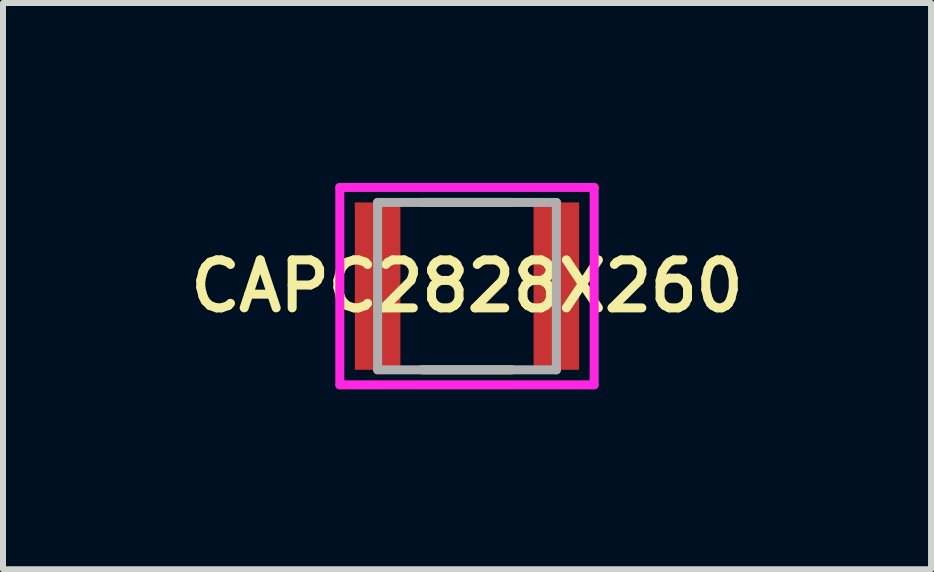
<source format=kicad_pcb>
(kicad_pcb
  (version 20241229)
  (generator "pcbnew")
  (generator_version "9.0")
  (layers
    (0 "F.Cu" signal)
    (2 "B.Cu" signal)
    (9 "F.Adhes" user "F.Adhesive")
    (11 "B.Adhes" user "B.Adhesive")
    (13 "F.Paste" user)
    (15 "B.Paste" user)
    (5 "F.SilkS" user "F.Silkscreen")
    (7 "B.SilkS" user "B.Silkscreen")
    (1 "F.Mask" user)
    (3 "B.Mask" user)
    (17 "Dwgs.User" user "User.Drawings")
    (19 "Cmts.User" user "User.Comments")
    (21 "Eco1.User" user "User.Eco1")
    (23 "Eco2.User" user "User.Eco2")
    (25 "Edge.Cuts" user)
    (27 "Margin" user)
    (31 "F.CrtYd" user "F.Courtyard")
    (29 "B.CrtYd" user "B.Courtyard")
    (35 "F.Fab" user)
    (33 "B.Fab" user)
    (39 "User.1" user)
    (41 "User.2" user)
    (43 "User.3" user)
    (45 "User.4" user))
  (footprint "CAPC2828X260"
    (layer "F.Cu")
    (at 4.735 1.72)
    (property "Reference" "CAPC2828X260" (at 0 0 0) (layer "F.SilkS") (effects (font (size 0.8 0.8) (thickness 0.15))))
    (attr through_hole)
    (fp_line (start -0.75 -1.395) (end 0.75 -1.395) (stroke (width 0.15) (type solid)) (layer "F.SilkS"))
    (fp_line (start 0.75 1.395) (end -0.75 1.395) (stroke (width 0.15) (type solid)) (layer "F.SilkS"))
    (fp_line (start -2.12 -1.645) (end 2.12 -1.645) (stroke (width 0.15) (type solid)) (layer "F.CrtYd"))
    (fp_line (start -2.12 1.645) (end -2.12 -1.645) (stroke (width 0.15) (type solid)) (layer "F.CrtYd"))
    (fp_line (start 2.12 -1.645) (end 2.12 1.645) (stroke (width 0.15) (type solid)) (layer "F.CrtYd"))
    (fp_line (start 2.12 1.645) (end -2.12 1.645) (stroke (width 0.15) (type solid)) (layer "F.CrtYd"))
    (fp_line (start -1.49 -1.395) (end 1.49 -1.395) (stroke (width 0.15) (type solid)) (layer "F.Fab"))
    (fp_line (start -1.49 1.395) (end -1.49 -1.395) (stroke (width 0.15) (type solid)) (layer "F.Fab"))
    (fp_line (start 1.49 -1.395) (end 1.49 1.395) (stroke (width 0.15) (type solid)) (layer "F.Fab"))
    (fp_line (start 1.49 1.395) (end -1.49 1.395) (stroke (width 0.15) (type solid)) (layer "F.Fab"))
    (pad "1" smd rect (at -1.49 0) (size 0.76 2.79) (layers "F.Cu" "F.Mask" "F.Paste"))
    (pad "2" smd rect (at 1.49 0) (size 0.76 2.79) (layers "F.Cu" "F.Mask" "F.Paste")))
  (gr_rect
    (start -3 -3)
    (end 12.471 6.44)
    (stroke (width 0.1) (type default))
    (fill no)
    (layer "Edge.Cuts")))
</source>
